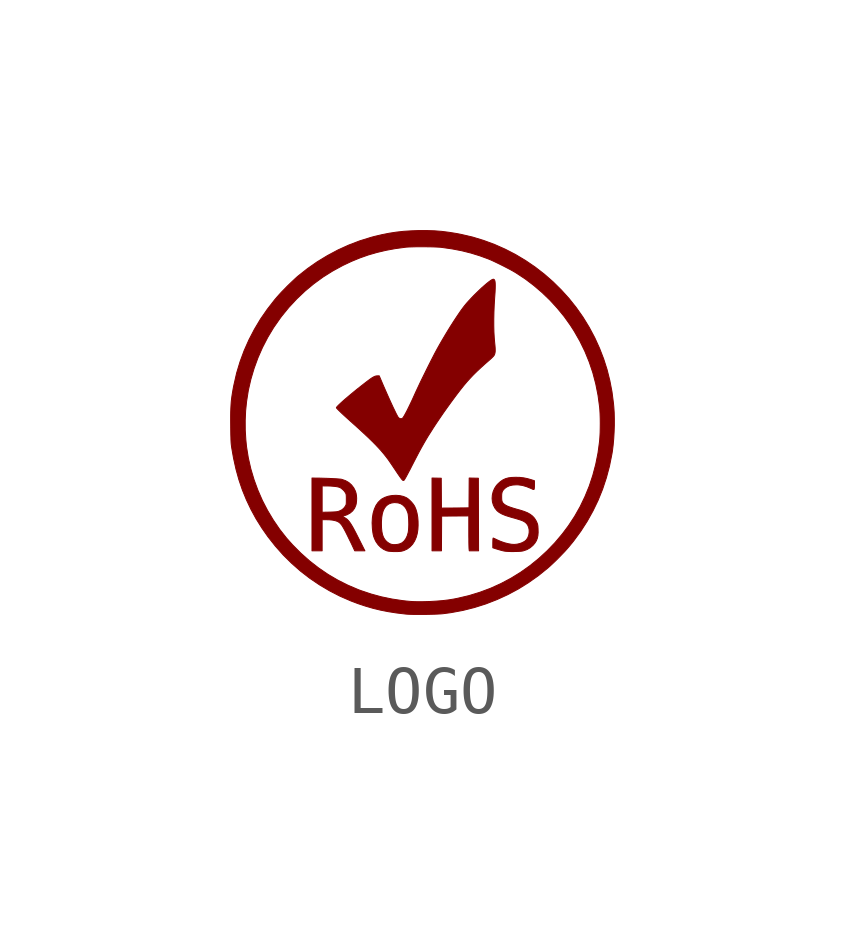
<source format=kicad_sym>
(kicad_symbol_lib
  (version 20210619)
  (generator bitmap2component)
  (symbol "LOGO"
    (pin_names
      (offset 1.016))
    (property "Reference" "#G"
      (at 0 3.365 0)
      (effects (font (size 1.27 1.27)) hide))
    (symbol "LOGO_0_0"
      (polyline (pts (xy 0.016 -3.997) (xy 0.097 -3.996) (xy 0.176 -3.994) (xy 0.251 -3.992) (xy 0.319 -3.989) (xy 0.376 -3.986) (xy 0.422 -3.982) (xy 0.587 -3.96) (xy 0.835 -3.914) (xy 1.078 -3.853) (xy 1.315 -3.778) (xy 1.547 -3.688) (xy 1.772 -3.585) (xy 1.992 -3.467) (xy 2.204 -3.335) (xy 2.409 -3.19) (xy 2.606 -3.031) (xy 2.65 -2.992) (xy 2.708 -2.938) (xy 2.771 -2.878) (xy 2.835 -2.814) (xy 2.898 -2.749) (xy 2.958 -2.687) (xy 3.01 -2.629) (xy 3.054 -2.578) (xy 3.142 -2.47) (xy 3.292 -2.266) (xy 3.427 -2.056) (xy 3.548 -1.839) (xy 3.655 -1.617) (xy 3.748 -1.387) (xy 3.826 -1.151) (xy 3.891 -0.908) (xy 3.941 -0.658) (xy 3.952 -0.592) (xy 3.967 -0.469) (xy 3.979 -0.336) (xy 3.987 -0.199) (xy 3.992 -0.06) (xy 3.992 0.076) (xy 3.989 0.205) (xy 3.981 0.323) (xy 3.974 0.398) (xy 3.943 0.64) (xy 3.898 0.874) (xy 3.841 1.101) (xy 3.77 1.324) (xy 3.685 1.544) (xy 3.586 1.762) (xy 3.583 1.768) (xy 3.468 1.984) (xy 3.34 2.193) (xy 3.2 2.392) (xy 3.049 2.582) (xy 2.886 2.762) (xy 2.714 2.932) (xy 2.532 3.091) (xy 2.341 3.239) (xy 2.141 3.375) (xy 1.934 3.499) (xy 1.719 3.61) (xy 1.498 3.708) (xy 1.271 3.792) (xy 1.038 3.863) (xy 0.801 3.918) (xy 0.715 3.935) (xy 0.554 3.961) (xy 0.398 3.981) (xy 0.243 3.993) (xy 0.083 3.998) (xy -0.086 3.998) (xy -0.239 3.992) (xy -0.398 3.982) (xy -0.55 3.965) (xy -0.699 3.942) (xy -0.85 3.912) (xy -1.007 3.875) (xy -1.077 3.856) (xy -1.312 3.783) (xy -1.542 3.695) (xy -1.766 3.593) (xy -1.985 3.476) (xy -2.197 3.347) (xy -2.401 3.204) (xy -2.598 3.048) (xy -2.607 3.041) (xy -2.652 3) (xy -2.705 2.95) (xy -2.763 2.895) (xy -2.823 2.837) (xy -2.881 2.777) (xy -2.937 2.72) (xy -2.986 2.667) (xy -3.027 2.621) (xy -3.081 2.558) (xy -3.235 2.36) (xy -3.377 2.155) (xy -3.504 1.942) (xy -3.618 1.723) (xy -3.718 1.498) (xy -3.803 1.268) (xy -3.874 1.033) (xy -3.929 0.793) (xy -3.942 0.731) (xy -3.956 0.652) (xy -3.968 0.579) (xy -3.978 0.51) (xy -3.986 0.441) (xy -3.991 0.371) (xy -3.995 0.297) (xy -3.998 0.217) (xy -3.999 0.129) (xy -3.999 0.046) (xy -3.696 0.046) (xy -3.687 0.247) (xy -3.667 0.441) (xy -3.631 0.67) (xy -3.578 0.901) (xy -3.511 1.127) (xy -3.43 1.349) (xy -3.335 1.565) (xy -3.226 1.775) (xy -3.105 1.976) (xy -2.97 2.169) (xy -2.94 2.21) (xy -2.787 2.398) (xy -2.623 2.574) (xy -2.45 2.738) (xy -2.267 2.89) (xy -2.075 3.03) (xy -1.874 3.156) (xy -1.665 3.27) (xy -1.659 3.273) (xy -1.483 3.356) (xy -1.308 3.428) (xy -1.132 3.49) (xy -0.952 3.542) (xy -0.766 3.586) (xy -0.57 3.622) (xy -0.363 3.65) (xy -0.337 3.653) (xy -0.285 3.656) (xy -0.223 3.658) (xy -0.151 3.66) (xy -0.074 3.661) (xy 0.006 3.661) (xy 0.086 3.66) (xy 0.165 3.659) (xy 0.239 3.657) (xy 0.306 3.654) (xy 0.362 3.651) (xy 0.406 3.646) (xy 0.614 3.616) (xy 0.812 3.578) (xy 1.003 3.53) (xy 1.188 3.473) (xy 1.371 3.406) (xy 1.379 3.402) (xy 1.428 3.382) (xy 1.486 3.355) (xy 1.551 3.324) (xy 1.621 3.29) (xy 1.691 3.255) (xy 1.76 3.219) (xy 1.825 3.185) (xy 1.881 3.154) (xy 1.927 3.127) (xy 1.95 3.113) (xy 2.135 2.991) (xy 2.314 2.855) (xy 2.486 2.708) (xy 2.651 2.549) (xy 2.804 2.382) (xy 2.947 2.208) (xy 3.076 2.027) (xy 3.154 1.906) (xy 3.273 1.698) (xy 3.378 1.483) (xy 3.468 1.263) (xy 3.544 1.037) (xy 3.605 0.805) (xy 3.652 0.568) (xy 3.685 0.324) (xy 3.69 0.266) (xy 3.695 0.179) (xy 3.698 0.083) (xy 3.699 -0.017) (xy 3.698 -0.117) (xy 3.696 -0.214) (xy 3.691 -0.304) (xy 3.685 -0.383) (xy 3.684 -0.394) (xy 3.652 -0.633) (xy 3.605 -0.868) (xy 3.544 -1.098) (xy 3.47 -1.322) (xy 3.381 -1.54) (xy 3.28 -1.751) (xy 3.165 -1.954) (xy 3.037 -2.149) (xy 2.912 -2.316) (xy 2.757 -2.5) (xy 2.592 -2.672) (xy 2.417 -2.833) (xy 2.233 -2.982) (xy 2.04 -3.119) (xy 1.839 -3.243) (xy 1.63 -3.354) (xy 1.414 -3.452) (xy 1.192 -3.535) (xy 0.964 -3.605) (xy 0.731 -3.66) (xy 0.651 -3.676) (xy 0.534 -3.695) (xy 0.417 -3.709) (xy 0.295 -3.719) (xy 0.162 -3.727) (xy 0.151 -3.727) (xy 0.062 -3.73) (xy -0.014 -3.732) (xy -0.082 -3.732) (xy -0.145 -3.731) (xy -0.205 -3.729) (xy -0.266 -3.725) (xy -0.332 -3.719) (xy -0.419 -3.709) (xy -0.639 -3.676) (xy -0.86 -3.63) (xy -1.076 -3.571) (xy -1.285 -3.501) (xy -1.339 -3.481) (xy -1.557 -3.388) (xy -1.768 -3.282) (xy -1.971 -3.163) (xy -2.167 -3.029) (xy -2.356 -2.882) (xy -2.537 -2.721) (xy -2.71 -2.547) (xy -2.834 -2.408) (xy -2.978 -2.225) (xy -3.11 -2.032) (xy -3.23 -1.832) (xy -3.338 -1.624) (xy -3.432 -1.409) (xy -3.512 -1.19) (xy -3.579 -0.965) (xy -3.631 -0.738) (xy -3.668 -0.508) (xy -3.683 -0.358) (xy -3.695 -0.157) (xy -3.696 0.046) (xy -3.999 0.046) (xy -3.999 0.029) (xy -3.998 -0.083) (xy -3.998 -0.101) (xy -3.997 -0.182) (xy -3.996 -0.25) (xy -3.994 -0.307) (xy -3.993 -0.355) (xy -3.991 -0.395) (xy -3.989 -0.429) (xy -3.986 -0.46) (xy -3.982 -0.49) (xy -3.978 -0.52) (xy -3.939 -0.743) (xy -3.888 -0.973) (xy -3.827 -1.193) (xy -3.755 -1.405) (xy -3.671 -1.61) (xy -3.576 -1.81) (xy -3.469 -2.006) (xy -3.348 -2.199) (xy -3.223 -2.378) (xy -3.069 -2.573) (xy -2.905 -2.758) (xy -2.73 -2.931) (xy -2.545 -3.094) (xy -2.351 -3.244) (xy -2.149 -3.381) (xy -1.938 -3.506) (xy -1.72 -3.618) (xy -1.495 -3.716) (xy -1.344 -3.773) (xy -1.19 -3.824) (xy -1.036 -3.869) (xy -0.88 -3.907) (xy -0.717 -3.939) (xy -0.546 -3.966) (xy -0.363 -3.988) (xy -0.33 -3.991) (xy -0.277 -3.994) (xy -0.214 -3.996) (xy -0.142 -3.997) (xy -0.065 -3.997) (xy 0.016 -3.997)) (stroke (width 0.01)) (fill (type outline)))
      (polyline (pts (xy -0.515 -2.687) (xy -0.471 -2.684) (xy -0.436 -2.679) (xy -0.39 -2.666) (xy -0.323 -2.635) (xy -0.263 -2.59) (xy -0.21 -2.534) (xy -0.167 -2.466) (xy -0.133 -2.387) (xy -0.133 -2.387) (xy -0.113 -2.313) (xy -0.1 -2.231) (xy -0.095 -2.144) (xy -0.096 -2.055) (xy -0.103 -1.968) (xy -0.118 -1.886) (xy -0.139 -1.811) (xy -0.166 -1.748) (xy -0.172 -1.737) (xy -0.199 -1.697) (xy -0.234 -1.655) (xy -0.272 -1.617) (xy -0.309 -1.585) (xy -0.344 -1.563) (xy -0.403 -1.539) (xy -0.477 -1.522) (xy -0.556 -1.516) (xy -0.636 -1.52) (xy -0.714 -1.534) (xy -0.786 -1.558) (xy -0.849 -1.591) (xy -0.875 -1.611) (xy -0.928 -1.663) (xy -0.972 -1.727) (xy -1.006 -1.803) (xy -1.032 -1.889) (xy -1.047 -1.984) (xy -1.053 -2.087) (xy -1.052 -2.109) (xy -0.859 -2.109) (xy -0.859 -2.069) (xy -0.853 -1.979) (xy -0.841 -1.901) (xy -0.821 -1.836) (xy -0.794 -1.781) (xy -0.759 -1.737) (xy -0.751 -1.729) (xy -0.705 -1.696) (xy -0.65 -1.676) (xy -0.589 -1.667) (xy -0.524 -1.672) (xy -0.502 -1.676) (xy -0.457 -1.691) (xy -0.42 -1.713) (xy -0.385 -1.745) (xy -0.364 -1.768) (xy -0.345 -1.797) (xy -0.328 -1.831) (xy -0.311 -1.874) (xy -0.308 -1.882) (xy -0.301 -1.915) (xy -0.296 -1.96) (xy -0.292 -2.012) (xy -0.29 -2.069) (xy -0.289 -2.127) (xy -0.291 -2.183) (xy -0.294 -2.233) (xy -0.299 -2.275) (xy -0.302 -2.292) (xy -0.322 -2.361) (xy -0.351 -2.42) (xy -0.387 -2.469) (xy -0.429 -2.505) (xy -0.478 -2.527) (xy -0.518 -2.537) (xy -0.569 -2.543) (xy -0.617 -2.543) (xy -0.656 -2.535) (xy -0.673 -2.529) (xy -0.703 -2.513) (xy -0.731 -2.494) (xy -0.755 -2.474) (xy -0.789 -2.435) (xy -0.816 -2.39) (xy -0.836 -2.336) (xy -0.849 -2.273) (xy -0.857 -2.197) (xy -0.859 -2.109) (xy -1.052 -2.109) (xy -1.048 -2.198) (xy -1.045 -2.227) (xy -1.038 -2.285) (xy -1.03 -2.333) (xy -1.019 -2.375) (xy -1.004 -2.415) (xy -0.985 -2.457) (xy -0.972 -2.482) (xy -0.927 -2.546) (xy -0.873 -2.6) (xy -0.811 -2.643) (xy -0.744 -2.673) (xy -0.739 -2.674) (xy -0.708 -2.68) (xy -0.665 -2.684) (xy -0.616 -2.687) (xy -0.565 -2.688) (xy -0.515 -2.687)) (stroke (width 0.01)) (fill (type outline)))
      (polyline (pts (xy 1.951 -2.686) (xy 2.004 -2.684) (xy 2.048 -2.681) (xy 2.081 -2.676) (xy 2.095 -2.673) (xy 2.171 -2.647) (xy 2.24 -2.607) (xy 2.3 -2.555) (xy 2.337 -2.511) (xy 2.367 -2.463) (xy 2.387 -2.413) (xy 2.4 -2.355) (xy 2.405 -2.289) (xy 2.403 -2.211) (xy 2.402 -2.195) (xy 2.4 -2.159) (xy 2.396 -2.132) (xy 2.39 -2.11) (xy 2.381 -2.087) (xy 2.368 -2.058) (xy 2.36 -2.043) (xy 2.328 -1.992) (xy 2.288 -1.949) (xy 2.24 -1.912) (xy 2.182 -1.879) (xy 2.112 -1.851) (xy 2.027 -1.824) (xy 1.965 -1.807) (xy 1.903 -1.789) (xy 1.853 -1.773) (xy 1.812 -1.759) (xy 1.778 -1.746) (xy 1.751 -1.734) (xy 1.728 -1.721) (xy 1.707 -1.708) (xy 1.681 -1.687) (xy 1.662 -1.663) (xy 1.651 -1.635) (xy 1.646 -1.597) (xy 1.645 -1.547) (xy 1.645 -1.546) (xy 1.646 -1.496) (xy 1.652 -1.458) (xy 1.664 -1.427) (xy 1.683 -1.4) (xy 1.711 -1.372) (xy 1.751 -1.343) (xy 1.808 -1.317) (xy 1.875 -1.302) (xy 1.953 -1.297) (xy 1.99 -1.298) (xy 2.077 -1.31) (xy 2.166 -1.336) (xy 2.261 -1.375) (xy 2.285 -1.387) (xy 2.304 -1.394) (xy 2.315 -1.395) (xy 2.321 -1.39) (xy 2.323 -1.382) (xy 2.326 -1.361) (xy 2.328 -1.331) (xy 2.328 -1.295) (xy 2.328 -1.212) (xy 2.252 -1.188) (xy 2.181 -1.168) (xy 2.103 -1.152) (xy 2.024 -1.143) (xy 1.937 -1.141) (xy 1.933 -1.141) (xy 1.852 -1.144) (xy 1.784 -1.153) (xy 1.724 -1.17) (xy 1.671 -1.195) (xy 1.621 -1.229) (xy 1.571 -1.274) (xy 1.538 -1.309) (xy 1.497 -1.372) (xy 1.468 -1.44) (xy 1.451 -1.51) (xy 1.446 -1.582) (xy 1.453 -1.653) (xy 1.473 -1.72) (xy 1.505 -1.782) (xy 1.549 -1.837) (xy 1.592 -1.872) (xy 1.652 -1.906) (xy 1.727 -1.937) (xy 1.817 -1.965) (xy 1.853 -1.976) (xy 1.923 -1.995) (xy 1.979 -2.012) (xy 2.025 -2.026) (xy 2.061 -2.039) (xy 2.09 -2.051) (xy 2.112 -2.063) (xy 2.131 -2.075) (xy 2.147 -2.088) (xy 2.163 -2.103) (xy 2.187 -2.135) (xy 2.207 -2.182) (xy 2.218 -2.236) (xy 2.218 -2.291) (xy 2.209 -2.347) (xy 2.19 -2.398) (xy 2.161 -2.442) (xy 2.159 -2.445) (xy 2.123 -2.475) (xy 2.076 -2.501) (xy 2.022 -2.521) (xy 1.964 -2.534) (xy 1.905 -2.539) (xy 1.851 -2.536) (xy 1.778 -2.523) (xy 1.701 -2.503) (xy 1.622 -2.475) (xy 1.545 -2.441) (xy 1.527 -2.432) (xy 1.5 -2.419) (xy 1.479 -2.41) (xy 1.469 -2.406) (xy 1.466 -2.411) (xy 1.463 -2.431) (xy 1.462 -2.463) (xy 1.461 -2.508) (xy 1.461 -2.609) (xy 1.549 -2.637) (xy 1.579 -2.646) (xy 1.621 -2.658) (xy 1.659 -2.668) (xy 1.688 -2.675) (xy 1.697 -2.677) (xy 1.734 -2.682) (xy 1.782 -2.685) (xy 1.836 -2.687) (xy 1.894 -2.687) (xy 1.951 -2.686)) (stroke (width 0.01)) (fill (type outline)))
      (polyline (pts (xy -2.094 -2.024) (xy -2.016 -2.024) (xy -1.949 -2.025) (xy -1.879 -2.032) (xy -1.821 -2.044) (xy -1.776 -2.059) (xy -1.765 -2.065) (xy -1.742 -2.079) (xy -1.721 -2.096) (xy -1.701 -2.118) (xy -1.679 -2.146) (xy -1.657 -2.183) (xy -1.631 -2.229) (xy -1.601 -2.286) (xy -1.566 -2.356) (xy -1.542 -2.406) (xy -1.516 -2.459) (xy -1.491 -2.509) (xy -1.47 -2.553) (xy -1.454 -2.588) (xy -1.443 -2.611) (xy -1.415 -2.672) (xy -1.203 -2.672) (xy -1.328 -2.424) (xy -1.338 -2.404) (xy -1.381 -2.319) (xy -1.418 -2.248) (xy -1.451 -2.187) (xy -1.48 -2.137) (xy -1.506 -2.096) (xy -1.53 -2.063) (xy -1.553 -2.036) (xy -1.575 -2.014) (xy -1.599 -1.997) (xy -1.623 -1.982) (xy -1.65 -1.969) (xy -1.682 -1.955) (xy -1.648 -1.946) (xy -1.575 -1.921) (xy -1.51 -1.885) (xy -1.458 -1.84) (xy -1.418 -1.785) (xy -1.391 -1.72) (xy -1.383 -1.685) (xy -1.377 -1.633) (xy -1.375 -1.576) (xy -1.379 -1.521) (xy -1.387 -1.474) (xy -1.4 -1.431) (xy -1.435 -1.361) (xy -1.481 -1.301) (xy -1.538 -1.25) (xy -1.606 -1.211) (xy -1.684 -1.184) (xy -1.687 -1.183) (xy -1.711 -1.179) (xy -1.747 -1.176) (xy -1.794 -1.172) (xy -1.85 -1.169) (xy -1.912 -1.166) (xy -1.979 -1.163) (xy -2.048 -1.161) (xy -2.118 -1.159) (xy -2.185 -1.157) (xy -2.248 -1.157) (xy -2.305 -1.156) (xy -2.305 -1.869) (xy -2.094 -1.869) (xy -2.094 -1.32) (xy -2.018 -1.321) (xy -1.986 -1.321) (xy -1.918 -1.323) (xy -1.856 -1.328) (xy -1.802 -1.334) (xy -1.759 -1.342) (xy -1.729 -1.352) (xy -1.708 -1.362) (xy -1.669 -1.391) (xy -1.633 -1.427) (xy -1.607 -1.465) (xy -1.603 -1.472) (xy -1.597 -1.487) (xy -1.593 -1.504) (xy -1.591 -1.526) (xy -1.59 -1.558) (xy -1.59 -1.602) (xy -1.59 -1.615) (xy -1.59 -1.654) (xy -1.591 -1.682) (xy -1.593 -1.702) (xy -1.597 -1.717) (xy -1.604 -1.73) (xy -1.613 -1.746) (xy -1.645 -1.787) (xy -1.686 -1.82) (xy -1.739 -1.845) (xy -1.745 -1.847) (xy -1.764 -1.853) (xy -1.784 -1.857) (xy -1.809 -1.86) (xy -1.842 -1.862) (xy -1.884 -1.864) (xy -1.94 -1.866) (xy -2.094 -1.869) (xy -2.305 -1.869) (xy -2.305 -2.672) (xy -2.094 -2.672) (xy -2.094 -2.024)) (stroke (width 0.01)) (fill (type outline)))
      (polyline (pts (xy 0.393 -2.311) (xy 0.395 -1.949) (xy 0.678 -1.947) (xy 0.961 -1.945) (xy 0.961 -2.268) (xy 0.961 -2.293) (xy 0.961 -2.364) (xy 0.962 -2.43) (xy 0.962 -2.49) (xy 0.963 -2.542) (xy 0.964 -2.584) (xy 0.965 -2.614) (xy 0.966 -2.631) (xy 0.971 -2.672) (xy 1.164 -2.672) (xy 1.16 -1.16) (xy 0.969 -1.156) (xy 0.967 -1.467) (xy 0.965 -1.777) (xy 0.678 -1.78) (xy 0.391 -1.782) (xy 0.389 -1.471) (xy 0.387 -1.16) (xy 0.195 -1.156) (xy 0.195 -2.672) (xy 0.391 -2.672) (xy 0.393 -2.311)) (stroke (width 0.01)) (fill (type outline)))
      (polyline (pts (xy -0.387 -1.201) (xy -0.386 -1.199) (xy -0.377 -1.186) (xy -0.362 -1.161) (xy -0.342 -1.126) (xy -0.318 -1.081) (xy -0.29 -1.028) (xy -0.259 -0.97) (xy -0.227 -0.906) (xy -0.18 -0.815) (xy -0.124 -0.707) (xy -0.073 -0.61) (xy -0.024 -0.52) (xy 0.024 -0.435) (xy 0.071 -0.354) (xy 0.119 -0.274) (xy 0.171 -0.193) (xy 0.225 -0.107) (xy 0.285 -0.016) (xy 0.353 0.085) (xy 0.431 0.199) (xy 0.512 0.313) (xy 0.598 0.432) (xy 0.692 0.559) (xy 0.72 0.596) (xy 0.79 0.687) (xy 0.856 0.77) (xy 0.921 0.847) (xy 0.987 0.92) (xy 1.054 0.991) (xy 1.127 1.063) (xy 1.206 1.137) (xy 1.294 1.217) (xy 1.393 1.303) (xy 1.401 1.31) (xy 1.432 1.338) (xy 1.458 1.364) (xy 1.478 1.385) (xy 1.488 1.399) (xy 1.498 1.42) (xy 1.505 1.444) (xy 1.51 1.472) (xy 1.511 1.506) (xy 1.51 1.549) (xy 1.506 1.603) (xy 1.499 1.669) (xy 1.491 1.764) (xy 1.484 1.884) (xy 1.481 2.014) (xy 1.481 2.152) (xy 1.484 2.297) (xy 1.49 2.445) (xy 1.499 2.594) (xy 1.502 2.635) (xy 1.508 2.72) (xy 1.511 2.791) (xy 1.512 2.849) (xy 1.511 2.895) (xy 1.508 2.93) (xy 1.502 2.955) (xy 1.494 2.972) (xy 1.483 2.982) (xy 1.47 2.985) (xy 1.467 2.984) (xy 1.447 2.977) (xy 1.417 2.959) (xy 1.381 2.933) (xy 1.337 2.898) (xy 1.289 2.857) (xy 1.236 2.811) (xy 1.182 2.76) (xy 1.126 2.706) (xy 1.07 2.651) (xy 1.016 2.595) (xy 0.964 2.539) (xy 0.916 2.486) (xy 0.874 2.435) (xy 0.849 2.403) (xy 0.805 2.344) (xy 0.756 2.273) (xy 0.702 2.193) (xy 0.645 2.106) (xy 0.586 2.014) (xy 0.526 1.917) (xy 0.467 1.819) (xy 0.409 1.721) (xy 0.353 1.624) (xy 0.301 1.531) (xy 0.286 1.503) (xy 0.252 1.44) (xy 0.214 1.366) (xy 0.172 1.284) (xy 0.128 1.197) (xy 0.083 1.107) (xy 0.038 1.015) (xy -0.006 0.926) (xy -0.048 0.84) (xy -0.085 0.761) (xy -0.118 0.691) (xy -0.145 0.633) (xy -0.177 0.562) (xy -0.219 0.469) (xy -0.259 0.385) (xy -0.296 0.309) (xy -0.329 0.242) (xy -0.359 0.186) (xy -0.384 0.141) (xy -0.404 0.109) (xy -0.419 0.09) (xy -0.428 0.084) (xy -0.452 0.078) (xy -0.479 0.084) (xy -0.502 0.1) (xy -0.503 0.101) (xy -0.516 0.119) (xy -0.533 0.15) (xy -0.556 0.194) (xy -0.583 0.25) (xy -0.615 0.316) (xy -0.65 0.392) (xy -0.689 0.477) (xy -0.731 0.571) (xy -0.775 0.671) (xy -0.822 0.778) (xy -0.87 0.891) (xy -0.905 0.973) (xy -0.943 0.972) (xy -0.963 0.971) (xy -0.989 0.965) (xy -1.018 0.952) (xy -1.052 0.933) (xy -1.093 0.905) (xy -1.143 0.868) (xy -1.151 0.862) (xy -1.22 0.809) (xy -1.29 0.754) (xy -1.36 0.699) (xy -1.429 0.643) (xy -1.494 0.589) (xy -1.556 0.537) (xy -1.614 0.488) (xy -1.665 0.443) (xy -1.71 0.402) (xy -1.746 0.368) (xy -1.774 0.34) (xy -1.791 0.32) (xy -1.797 0.309) (xy -1.793 0.301) (xy -1.778 0.284) (xy -1.753 0.258) (xy -1.718 0.224) (xy -1.674 0.182) (xy -1.622 0.134) (xy -1.562 0.08) (xy -1.496 0.02) (xy -1.431 -0.038) (xy -1.324 -0.134) (xy -1.228 -0.223) (xy -1.141 -0.304) (xy -1.064 -0.379) (xy -0.994 -0.449) (xy -0.932 -0.514) (xy -0.875 -0.576) (xy -0.824 -0.636) (xy -0.777 -0.694) (xy -0.733 -0.751) (xy -0.732 -0.752) (xy -0.716 -0.774) (xy -0.693 -0.807) (xy -0.665 -0.848) (xy -0.633 -0.895) (xy -0.599 -0.946) (xy -0.564 -0.997) (xy -0.558 -1.007) (xy -0.525 -1.056) (xy -0.495 -1.1) (xy -0.468 -1.138) (xy -0.446 -1.168) (xy -0.429 -1.189) (xy -0.421 -1.198) (xy -0.415 -1.202) (xy -0.402 -1.207) (xy -0.387 -1.201)) (stroke (width 0.01)) (fill (type outline))))))
</source>
